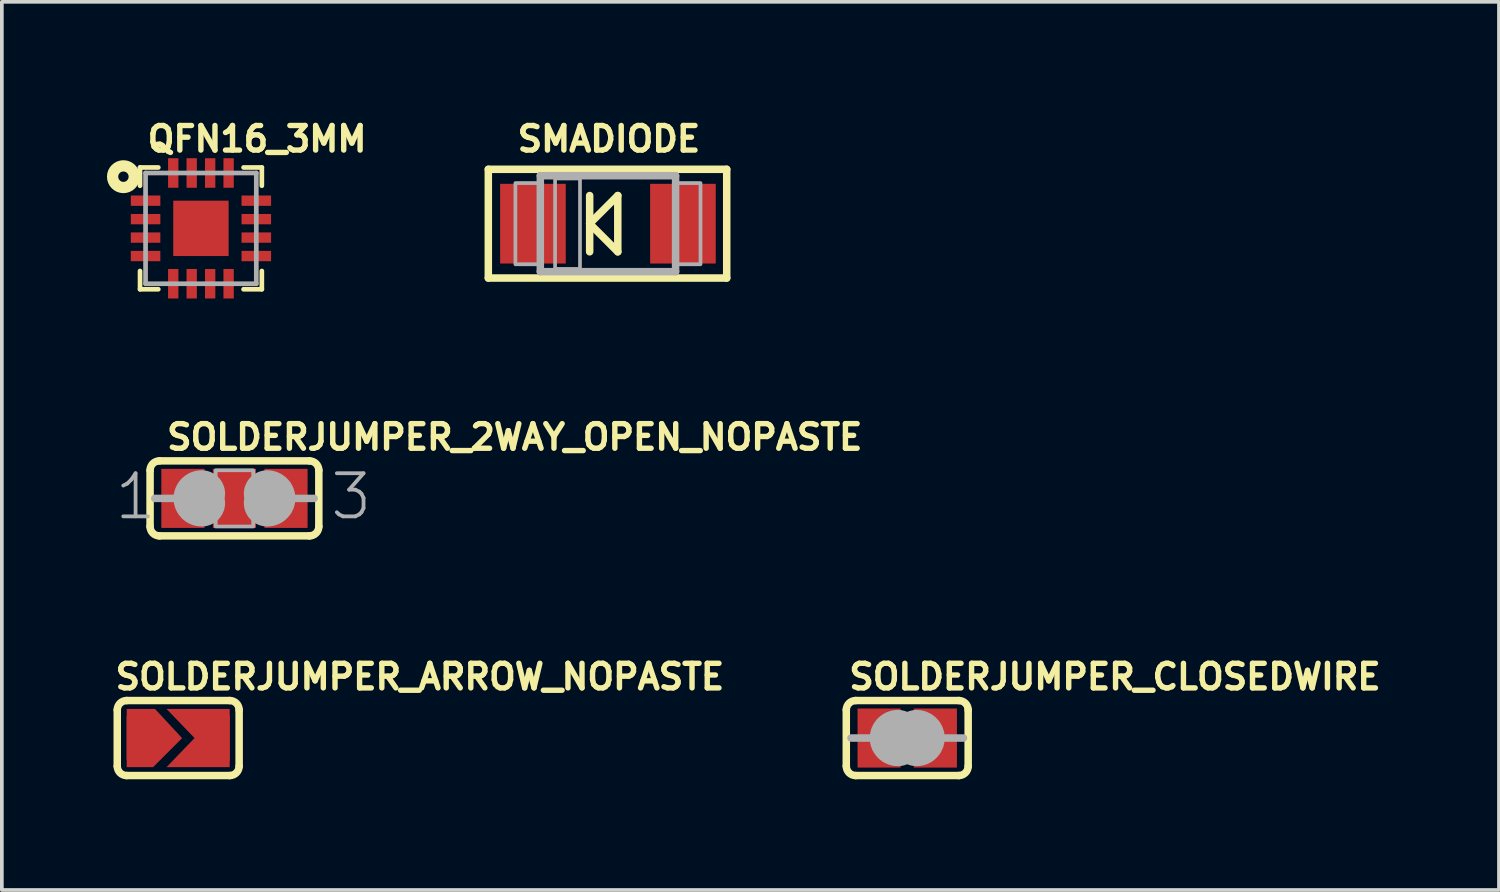
<source format=kicad_pcb>
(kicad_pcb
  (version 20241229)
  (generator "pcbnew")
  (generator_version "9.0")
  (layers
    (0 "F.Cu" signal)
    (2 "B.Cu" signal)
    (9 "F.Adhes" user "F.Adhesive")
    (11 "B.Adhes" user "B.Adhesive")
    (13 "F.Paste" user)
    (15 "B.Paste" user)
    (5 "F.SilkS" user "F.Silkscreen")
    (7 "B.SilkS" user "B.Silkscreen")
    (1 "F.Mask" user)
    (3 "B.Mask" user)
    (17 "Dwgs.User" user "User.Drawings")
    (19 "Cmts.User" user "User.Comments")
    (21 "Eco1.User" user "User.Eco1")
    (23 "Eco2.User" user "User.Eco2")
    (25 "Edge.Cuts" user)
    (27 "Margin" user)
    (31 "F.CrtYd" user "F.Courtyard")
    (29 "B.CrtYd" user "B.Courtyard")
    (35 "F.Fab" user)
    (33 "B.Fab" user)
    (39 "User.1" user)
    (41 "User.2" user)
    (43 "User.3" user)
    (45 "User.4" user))
  (footprint "SOLDERJUMPER_2WAY_OPEN_NOPASTE"
    (layer "F.Cu")
    (at 3.302 10.453)
    (property "Reference" "SOLDERJUMPER_2WAY_OPEN_NOPASTE" (at -1.905 -1.27 0) (layer "F.SilkS") (effects (font (size 0.666 0.666) (thickness 0.146)) (justify left bottom)))
    (fp_poly (pts (xy -2.083 0.889) (xy 2.083 0.889) (xy 2.083 -0.889) (xy -2.083 -0.889)) (stroke (width 0) (type solid)) (fill yes) (layer "F.Mask"))
    (fp_line (start -2.286 0.762) (end -2.286 -0.762) (stroke (width 0.203) (type solid)) (layer "F.SilkS"))
    (fp_line (start -2.032 -1.016) (end 2.032 -1.016) (stroke (width 0.203) (type solid)) (layer "F.SilkS"))
    (fp_line (start 2.032 1.016) (end -2.032 1.016) (stroke (width 0.203) (type solid)) (layer "F.SilkS"))
    (fp_line (start 2.286 0.762) (end 2.286 -0.762) (stroke (width 0.203) (type solid)) (layer "F.SilkS"))
    (fp_arc (start -2.286 -0.762) (mid -2.211605 -0.941605) (end -2.032 -1.016) (stroke (width 0.2032) (type solid)) (layer "F.SilkS"))
    (fp_arc (start -2.032 1.016) (mid -2.211605 0.941605) (end -2.286 0.762) (stroke (width 0.2032) (type solid)) (layer "F.SilkS"))
    (fp_arc (start 2.032 -1.016) (mid 2.211605 -0.941605) (end 2.286 -0.762) (stroke (width 0.2032) (type solid)) (layer "F.SilkS"))
    (fp_arc (start 2.286 0.762) (mid 2.211605 0.941605) (end 2.032 1.016) (stroke (width 0.2032) (type solid)) (layer "F.SilkS"))
    (fp_line (start -1.651 0) (end -2.159 0) (stroke (width 0.203) (type solid)) (layer "F.Fab"))
    (fp_line (start 1.651 0) (end 2.159 0) (stroke (width 0.203) (type solid)) (layer "F.Fab"))
    (fp_arc (start -0.889 0.127) (mid -1.016 0) (end -0.889 -0.127) (stroke (width 1.27) (type solid)) (layer "F.Fab"))
    (fp_arc (start 0.889 -0.127) (mid 1.016 0) (end 0.889 0.127) (stroke (width 1.27) (type solid)) (layer "F.Fab"))
    (fp_poly (pts (xy -0.508 0.762) (xy 0.508 0.762) (xy 0.508 -0.762) (xy -0.508 -0.762)) (stroke (width 0.1) (type solid)) (fill no) (layer "F.Fab"))
    (fp_text user "3" (at 2.54 0.635 0) (layer "F.Fab") (effects (font (size 1.168 1.168) (thickness 0.102)) (justify left bottom)))
    (fp_text user "1" (at -3.302 0.635 0) (layer "F.Fab") (effects (font (size 1.168 1.168) (thickness 0.102)) (justify left bottom)))
    (pad "1" smd rect (at -1.397 0) (size 1.168 1.6) (layers "F.Cu"))
    (pad "2" smd rect (at 0 0) (size 1.168 1.6) (layers "F.Cu"))
    (pad "3" smd rect (at 1.397 0) (size 1.168 1.6) (layers "F.Cu")))
  (footprint "SMADIODE"
    (layer "F.Cu")
    (at 13.434 3.01)
    (property "Reference" "SMADIODE" (at -2.54 -1.905 0) (layer "F.SilkS") (effects (font (size 0.666 0.666) (thickness 0.146)) (justify left bottom)))
    (fp_line (start -3.254 -1.473) (end 3.205 -1.473) (stroke (width 0.203) (type solid)) (layer "F.SilkS"))
    (fp_line (start -3.254 1.473) (end -3.254 -1.473) (stroke (width 0.203) (type solid)) (layer "F.SilkS"))
    (fp_line (start -0.508 -0.762) (end -0.508 0) (stroke (width 0.203) (type solid)) (layer "F.SilkS"))
    (fp_line (start -0.508 0) (end -0.508 0.762) (stroke (width 0.203) (type solid)) (layer "F.SilkS"))
    (fp_line (start -0.508 0) (end 0.254 -0.762) (stroke (width 0.203) (type solid)) (layer "F.SilkS"))
    (fp_line (start 0.254 -0.762) (end 0.254 0.762) (stroke (width 0.203) (type solid)) (layer "F.SilkS"))
    (fp_line (start 0.254 0.762) (end -0.508 0) (stroke (width 0.203) (type solid)) (layer "F.SilkS"))
    (fp_line (start 3.205 -1.473) (end 3.205 1.473) (stroke (width 0.203) (type solid)) (layer "F.SilkS"))
    (fp_line (start 3.205 1.473) (end -3.254 1.473) (stroke (width 0.203) (type solid)) (layer "F.SilkS"))
    (fp_line (start -1.845 -1.3) (end 1.82 -1.3) (stroke (width 0.203) (type solid)) (layer "F.Fab"))
    (fp_line (start -1.845 1.3) (end -1.845 -1.3) (stroke (width 0.203) (type solid)) (layer "F.Fab"))
    (fp_line (start 1.82 -1.3) (end 1.82 1.3) (stroke (width 0.203) (type solid)) (layer "F.Fab"))
    (fp_line (start 1.82 1.3) (end -1.845 1.3) (stroke (width 0.203) (type solid)) (layer "F.Fab"))
    (fp_poly (pts (xy -2.52 1.1) (xy -1.87 1.1) (xy -1.87 -1.1) (xy -2.52 -1.1)) (stroke (width 0.1) (type solid)) (fill no) (layer "F.Fab"))
    (fp_poly (pts (xy -1.445 1.225) (xy -0.77 1.225) (xy -0.77 -1.225) (xy -1.445 -1.225)) (stroke (width 0.1) (type solid)) (fill no) (layer "F.Fab"))
    (fp_poly (pts (xy 2.495 -1.1) (xy 1.845 -1.1) (xy 1.845 1.1) (xy 2.495 1.1)) (stroke (width 0.1) (type solid)) (fill no) (layer "F.Fab"))
    (pad "A" smd rect (at 2.019 0 180) (size 1.778 2.159) (layers "F.Cu" "F.Mask" "F.Paste"))
    (pad "C" smd rect (at -2.045 0) (size 1.778 2.159) (layers "F.Cu" "F.Mask" "F.Paste")))
  (footprint "SOLDERJUMPER_CLOSEDWIRE"
    (layer "F.Cu")
    (at 21.53 16.946)
    (property "Reference" "SOLDERJUMPER_CLOSEDWIRE" (at -1.651 -1.27 0) (layer "F.SilkS") (effects (font (size 0.666 0.666) (thickness 0.146)) (justify left bottom)))
    (fp_poly (pts (xy 1.397 0.889) (xy -1.397 0.889) (xy -1.397 -0.889) (xy 1.397 -0.889)) (stroke (width 0) (type solid)) (fill yes) (layer "F.Mask"))
    (fp_line (start -1.651 0.762) (end -1.651 -0.762) (stroke (width 0.203) (type solid)) (layer "F.SilkS"))
    (fp_line (start -1.397 -1.016) (end 1.397 -1.016) (stroke (width 0.203) (type solid)) (layer "F.SilkS"))
    (fp_line (start 1.397 1.016) (end -1.397 1.016) (stroke (width 0.203) (type solid)) (layer "F.SilkS"))
    (fp_line (start 1.651 0.762) (end 1.651 -0.762) (stroke (width 0.203) (type solid)) (layer "F.SilkS"))
    (fp_arc (start -1.651 -0.762) (mid -1.576605 -0.941605) (end -1.397 -1.016) (stroke (width 0.2032) (type solid)) (layer "F.SilkS"))
    (fp_arc (start -1.397 1.016) (mid -1.576605 0.941605) (end -1.651 0.762) (stroke (width 0.2032) (type solid)) (layer "F.SilkS"))
    (fp_arc (start 1.397 -1.016) (mid 1.576605 -0.941605) (end 1.651 -0.762) (stroke (width 0.2032) (type solid)) (layer "F.SilkS"))
    (fp_arc (start 1.651 0.762) (mid 1.576605 0.941605) (end 1.397 1.016) (stroke (width 0.2032) (type solid)) (layer "F.SilkS"))
    (fp_line (start -1.016 0) (end -1.524 0) (stroke (width 0.203) (type solid)) (layer "F.Fab"))
    (fp_line (start 1.016 0) (end 1.524 0) (stroke (width 0.203) (type solid)) (layer "F.Fab"))
    (fp_arc (start -0.254 0.127) (mid -0.381 0) (end -0.254 -0.127) (stroke (width 1.27) (type solid)) (layer "F.Fab"))
    (fp_arc (start 0.254 -0.127) (mid 0.381 0) (end 0.254 0.127) (stroke (width 1.27) (type solid)) (layer "F.Fab"))
    (pad "1" smd rect (at -0.762 0) (size 1.168 1.6) (layers "F.Cu"))
    (pad "2" smd rect (at 0.762 0) (size 1.168 1.6) (layers "F.Cu"))
    (pad "WIRE" smd rect (at 0 0 180) (size 0.635 0.203) (layers "F.Cu")))
  (footprint "SOLDERJUMPER_ARROW_NOPASTE"
    (layer "F.Cu")
    (at 1.778 16.946)
    (property "Reference" "SOLDERJUMPER_ARROW_NOPASTE" (at -1.778 -1.27 0) (layer "F.SilkS") (effects (font (size 0.666 0.666) (thickness 0.146)) (justify left bottom)))
    (fp_poly (pts (xy 0.106 0.003) (xy -0.679 0.788) (xy -1.395 0.788) (xy -1.395 -0.788) (xy -0.627 -0.788)) (stroke (width 0) (type solid)) (fill yes) (layer "F.Cu"))
    (fp_poly (pts (xy 1.395 0.788) (xy -0.316 0.788) (xy 0.443 0) (xy -0.316 -0.788) (xy 1.395 -0.788)) (stroke (width 0) (type solid)) (fill yes) (layer "F.Cu"))
    (fp_poly (pts (xy -1.46 0.826) (xy 1.46 0.826) (xy 1.46 -0.826) (xy -1.46 -0.826)) (stroke (width 0) (type solid)) (fill yes) (layer "F.Mask"))
    (fp_line (start -1.651 0.762) (end -1.651 -0.762) (stroke (width 0.203) (type solid)) (layer "F.SilkS"))
    (fp_line (start -1.397 -1.016) (end 1.397 -1.016) (stroke (width 0.203) (type solid)) (layer "F.SilkS"))
    (fp_line (start 1.397 1.016) (end -1.397 1.016) (stroke (width 0.203) (type solid)) (layer "F.SilkS"))
    (fp_line (start 1.651 0.762) (end 1.651 -0.762) (stroke (width 0.203) (type solid)) (layer "F.SilkS"))
    (fp_arc (start -1.651 -0.762) (mid -1.576605 -0.941605) (end -1.397 -1.016) (stroke (width 0.2032) (type solid)) (layer "F.SilkS"))
    (fp_arc (start -1.397 1.016) (mid -1.576605 0.941605) (end -1.651 0.762) (stroke (width 0.2032) (type solid)) (layer "F.SilkS"))
    (fp_arc (start 1.397 -1.016) (mid 1.576605 -0.941605) (end 1.651 -0.762) (stroke (width 0.2032) (type solid)) (layer "F.SilkS"))
    (fp_arc (start 1.651 0.762) (mid 1.576605 0.941605) (end 1.397 1.016) (stroke (width 0.2032) (type solid)) (layer "F.SilkS"))
    (pad "1" smd roundrect (at -1.016 0) (size 0.762 1.524) (layers "F.Cu") (roundrect_rratio 0.25))
    (pad "2" smd roundrect (at 1.016 0) (size 0.762 1.524) (layers "F.Cu") (roundrect_rratio 0.25)))
  (footprint "QFN16_3MM"
    (layer "F.Cu")
    (at 2.394 3.137)
    (property "Reference" "QFN16_3MM" (at -1.524 -2.032 0) (layer "F.SilkS") (effects (font (size 0.666 0.666) (thickness 0.146)) (justify left bottom)))
    (fp_poly (pts (xy -1.94 -0.575) (xy -1.06 -0.575) (xy -1.06 -0.925) (xy -1.94 -0.925)) (stroke (width 0) (type solid)) (fill yes) (layer "F.Mask"))
    (fp_poly (pts (xy -1.94 -0.075) (xy -1.06 -0.075) (xy -1.06 -0.425) (xy -1.94 -0.425)) (stroke (width 0) (type solid)) (fill yes) (layer "F.Mask"))
    (fp_poly (pts (xy -1.94 0.425) (xy -1.06 0.425) (xy -1.06 0.075) (xy -1.94 0.075)) (stroke (width 0) (type solid)) (fill yes) (layer "F.Mask"))
    (fp_poly (pts (xy -1.94 0.925) (xy -1.06 0.925) (xy -1.06 0.575) (xy -1.94 0.575)) (stroke (width 0) (type solid)) (fill yes) (layer "F.Mask"))
    (fp_poly (pts (xy -0.925 -1.94) (xy -0.925 -1.06) (xy -0.575 -1.06) (xy -0.575 -1.94)) (stroke (width 0) (type solid)) (fill yes) (layer "F.Mask"))
    (fp_poly (pts (xy -0.575 1.94) (xy -0.575 1.06) (xy -0.925 1.06) (xy -0.925 1.94)) (stroke (width 0) (type solid)) (fill yes) (layer "F.Mask"))
    (fp_poly (pts (xy -0.425 -1.94) (xy -0.425 -1.06) (xy -0.075 -1.06) (xy -0.075 -1.94)) (stroke (width 0) (type solid)) (fill yes) (layer "F.Mask"))
    (fp_poly (pts (xy -0.075 1.94) (xy -0.075 1.06) (xy -0.425 1.06) (xy -0.425 1.94)) (stroke (width 0) (type solid)) (fill yes) (layer "F.Mask"))
    (fp_poly (pts (xy 0.075 -1.94) (xy 0.075 -1.06) (xy 0.425 -1.06) (xy 0.425 -1.94)) (stroke (width 0) (type solid)) (fill yes) (layer "F.Mask"))
    (fp_poly (pts (xy 0.425 1.94) (xy 0.425 1.06) (xy 0.075 1.06) (xy 0.075 1.94)) (stroke (width 0) (type solid)) (fill yes) (layer "F.Mask"))
    (fp_poly (pts (xy 0.575 -1.94) (xy 0.575 -1.06) (xy 0.925 -1.06) (xy 0.925 -1.94)) (stroke (width 0) (type solid)) (fill yes) (layer "F.Mask"))
    (fp_poly (pts (xy 0.925 1.94) (xy 0.925 1.06) (xy 0.575 1.06) (xy 0.575 1.94)) (stroke (width 0) (type solid)) (fill yes) (layer "F.Mask"))
    (fp_poly (pts (xy 1.94 -0.925) (xy 1.06 -0.925) (xy 1.06 -0.575) (xy 1.94 -0.575)) (stroke (width 0) (type solid)) (fill yes) (layer "F.Mask"))
    (fp_poly (pts (xy 1.94 -0.425) (xy 1.06 -0.425) (xy 1.06 -0.075) (xy 1.94 -0.075)) (stroke (width 0) (type solid)) (fill yes) (layer "F.Mask"))
    (fp_poly (pts (xy 1.94 0.075) (xy 1.06 0.075) (xy 1.06 0.425) (xy 1.94 0.425)) (stroke (width 0) (type solid)) (fill yes) (layer "F.Mask"))
    (fp_poly (pts (xy 1.94 0.575) (xy 1.06 0.575) (xy 1.06 0.925) (xy 1.94 0.925)) (stroke (width 0) (type solid)) (fill yes) (layer "F.Mask"))
    (fp_line (start -1.65 -1.65) (end -1.65 -1.155) (stroke (width 0.127) (type solid)) (layer "F.SilkS"))
    (fp_line (start -1.65 1.155) (end -1.65 1.65) (stroke (width 0.127) (type solid)) (layer "F.SilkS"))
    (fp_line (start -1.65 1.65) (end -1.155 1.65) (stroke (width 0.127) (type solid)) (layer "F.SilkS"))
    (fp_line (start -1.155 -1.65) (end -1.65 -1.65) (stroke (width 0.127) (type solid)) (layer "F.SilkS"))
    (fp_line (start 1.155 -1.65) (end 1.65 -1.65) (stroke (width 0.127) (type solid)) (layer "F.SilkS"))
    (fp_line (start 1.65 -1.65) (end 1.65 -1.155) (stroke (width 0.127) (type solid)) (layer "F.SilkS"))
    (fp_line (start 1.65 1.155) (end 1.65 1.65) (stroke (width 0.127) (type solid)) (layer "F.SilkS"))
    (fp_line (start 1.65 1.65) (end 1.155 1.65) (stroke (width 0.127) (type solid)) (layer "F.SilkS"))
    (fp_circle (center -2.1 -1.4) (end -1.959 -1.4) (stroke (width 0.305) (type solid)) (fill no) (layer "F.SilkS"))
    (fp_poly (pts (xy 0.572 0.572) (xy -0.572 0.572) (xy -0.572 -0.572) (xy 0.572 -0.572)) (stroke (width 0) (type solid)) (fill yes) (layer "F.Paste"))
    (fp_line (start -1.5 -1.5) (end 1.5 -1.5) (stroke (width 0.127) (type solid)) (layer "F.Fab"))
    (fp_line (start -1.5 1.5) (end -1.5 -1.5) (stroke (width 0.127) (type solid)) (layer "F.Fab"))
    (fp_line (start 1.5 -1.5) (end 1.5 1.5) (stroke (width 0.127) (type solid)) (layer "F.Fab"))
    (fp_line (start 1.5 1.5) (end -1.5 1.5) (stroke (width 0.127) (type solid)) (layer "F.Fab"))
    (pad "1" smd rect (at -1.5 -0.75) (size 0.8 0.28) (layers "F.Cu" "F.Paste"))
    (pad "2" smd rect (at -1.5 -0.25) (size 0.8 0.28) (layers "F.Cu" "F.Paste"))
    (pad "3" smd rect (at -1.5 0.25) (size 0.8 0.28) (layers "F.Cu" "F.Paste"))
    (pad "4" smd rect (at -1.5 0.75) (size 0.8 0.28) (layers "F.Cu" "F.Paste"))
    (pad "5" smd rect (at -0.75 1.5 90) (size 0.8 0.28) (layers "F.Cu" "F.Paste"))
    (pad "6" smd rect (at -0.25 1.5 90) (size 0.8 0.28) (layers "F.Cu" "F.Paste"))
    (pad "7" smd rect (at 0.25 1.5 90) (size 0.8 0.28) (layers "F.Cu" "F.Paste"))
    (pad "8" smd rect (at 0.75 1.5 90) (size 0.8 0.28) (layers "F.Cu" "F.Paste"))
    (pad "9" smd rect (at 1.5 0.75 180) (size 0.8 0.28) (layers "F.Cu" "F.Paste"))
    (pad "10" smd rect (at 1.5 0.25 180) (size 0.8 0.28) (layers "F.Cu" "F.Paste"))
    (pad "11" smd rect (at 1.5 -0.25 180) (size 0.8 0.28) (layers "F.Cu" "F.Paste"))
    (pad "12" smd rect (at 1.5 -0.75 180) (size 0.8 0.28) (layers "F.Cu" "F.Paste"))
    (pad "13" smd rect (at 0.75 -1.5 270) (size 0.8 0.28) (layers "F.Cu" "F.Paste"))
    (pad "14" smd rect (at 0.25 -1.5 270) (size 0.8 0.28) (layers "F.Cu" "F.Paste"))
    (pad "15" smd rect (at -0.25 -1.5 270) (size 0.8 0.28) (layers "F.Cu" "F.Paste"))
    (pad "16" smd rect (at -0.75 -1.5 270) (size 0.8 0.28) (layers "F.Cu" "F.Paste"))
    (pad "THERMAL" smd rect (at 0 0) (size 1.5 1.5) (layers "F.Cu" "F.Mask")))
  (gr_rect
    (start -3 -3)
    (end 37.562 21.063)
    (stroke (width 0.1) (type default))
    (fill no)
    (layer "Edge.Cuts")))
</source>
